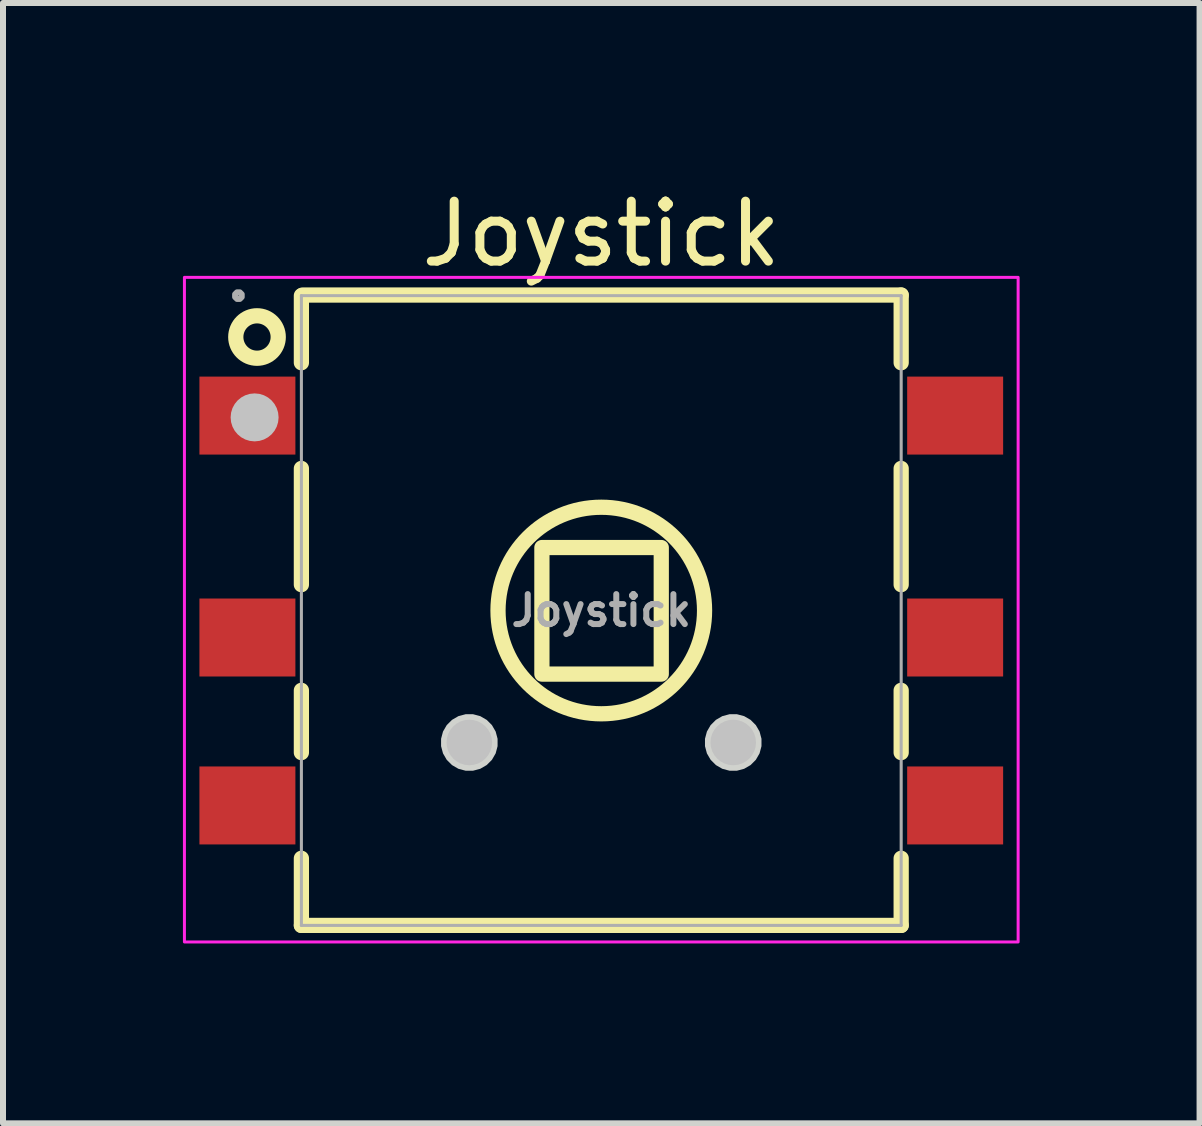
<source format=kicad_pcb>
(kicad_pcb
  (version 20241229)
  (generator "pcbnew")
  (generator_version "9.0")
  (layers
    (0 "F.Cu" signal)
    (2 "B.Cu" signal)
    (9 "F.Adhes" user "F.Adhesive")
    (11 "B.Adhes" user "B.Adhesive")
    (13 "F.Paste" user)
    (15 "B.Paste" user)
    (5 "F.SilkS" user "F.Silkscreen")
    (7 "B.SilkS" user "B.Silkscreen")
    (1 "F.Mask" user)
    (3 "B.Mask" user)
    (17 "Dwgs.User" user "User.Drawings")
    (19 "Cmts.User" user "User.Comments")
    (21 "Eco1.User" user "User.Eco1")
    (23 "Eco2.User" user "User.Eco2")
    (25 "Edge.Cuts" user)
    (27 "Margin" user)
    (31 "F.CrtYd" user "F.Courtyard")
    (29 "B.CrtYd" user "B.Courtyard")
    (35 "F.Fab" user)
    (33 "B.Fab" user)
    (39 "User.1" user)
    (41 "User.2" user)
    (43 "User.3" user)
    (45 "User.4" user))
  (footprint "Joystick"
    (layer "F.Cu")
    (at 6.975 7.129)
    (property "Reference" "Joystick" (at 0 -6.28 0) (layer "F.SilkS") (effects (font (size 1 1) (thickness 0.15))))
    (fp_line (start -5 -5.25) (end -5 -4.131) (stroke (width 0.254) (type default)) (layer "F.SilkS"))
    (fp_line (start -5 -2.369) (end -5 -0.431) (stroke (width 0.254) (type default)) (layer "F.SilkS"))
    (fp_line (start -5 1.331) (end -5 2.369) (stroke (width 0.254) (type default)) (layer "F.SilkS"))
    (fp_line (start -5 4.131) (end -5 5.25) (stroke (width 0.254) (type default)) (layer "F.SilkS"))
    (fp_line (start -5 5.25) (end 5 5.25) (stroke (width 0.254) (type default)) (layer "F.SilkS"))
    (fp_line (start 5 -5.26) (end -4.98 -5.26) (stroke (width 0.254) (type default)) (layer "F.SilkS"))
    (fp_line (start 5 -4.131) (end 5 -5.26) (stroke (width 0.254) (type default)) (layer "F.SilkS"))
    (fp_line (start 5 -0.431) (end 5 -2.369) (stroke (width 0.254) (type default)) (layer "F.SilkS"))
    (fp_line (start 5 2.369) (end 5 1.331) (stroke (width 0.254) (type default)) (layer "F.SilkS"))
    (fp_line (start 5 5.25) (end 5 4.131) (stroke (width 0.254) (type default)) (layer "F.SilkS"))
    (fp_rect (start -0.99 -1.05) (end 1 1.06) (stroke (width 0.254) (type default)) (fill no) (layer "F.SilkS"))
    (fp_circle (center -5.74 -4.56) (end -5.386 -4.56) (stroke (width 0.254) (type default)) (fill no) (layer "F.SilkS"))
    (fp_circle (center 0 0) (end 1.722 0) (stroke (width 0.254) (type default)) (fill no) (layer "F.SilkS"))
    (fp_circle (center -5.78 -3.22) (end -5.58 -3.22) (stroke (width 0.4) (type default)) (fill no) (layer "Dwgs.User"))
    (fp_circle (center -2.2 2.2) (end -2.01 2.2) (stroke (width 0.38) (type default)) (fill no) (layer "Dwgs.User"))
    (fp_circle (center 2.2 2.2) (end 2.39 2.2) (stroke (width 0.38) (type default)) (fill no) (layer "Dwgs.User"))
    (fp_poly (pts (xy -1.729 2.138) (xy -1.761 2.018) (xy -1.823 1.911) (xy -1.911 1.823) (xy -2.018 1.761) (xy -2.138 1.729) (xy -2.262 1.729) (xy -2.382 1.761) (xy -2.489 1.823) (xy -2.577 1.911) (xy -2.639 2.018) (xy -2.671 2.138) (xy -2.671 2.262) (xy -2.639 2.382) (xy -2.577 2.489) (xy -2.489 2.577) (xy -2.382 2.639) (xy -2.262 2.671) (xy -2.138 2.671) (xy -2.018 2.639) (xy -1.911 2.577) (xy -1.823 2.489) (xy -1.761 2.382) (xy -1.729 2.262)) (stroke (width 0) (type default)) (fill yes) (layer "Edge.Cuts"))
    (fp_poly (pts (xy 2.671 2.138) (xy 2.639 2.018) (xy 2.577 1.911) (xy 2.489 1.823) (xy 2.382 1.761) (xy 2.262 1.729) (xy 2.138 1.729) (xy 2.018 1.761) (xy 1.911 1.823) (xy 1.823 1.911) (xy 1.761 2.018) (xy 1.729 2.138) (xy 1.729 2.262) (xy 1.761 2.382) (xy 1.823 2.489) (xy 1.911 2.577) (xy 2.018 2.639) (xy 2.138 2.671) (xy 2.262 2.671) (xy 2.382 2.639) (xy 2.489 2.577) (xy 2.577 2.489) (xy 2.639 2.382) (xy 2.671 2.262)) (stroke (width 0) (type default)) (fill yes) (layer "Edge.Cuts"))
    (fp_rect (start -6.95 -5.555) (end 6.95 5.526) (stroke (width 0.05) (type default)) (fill no) (layer "F.CrtYd"))
    (fp_line (start -5 -5.25) (end 5 -5.25) (stroke (width 0.051) (type default)) (layer "F.Fab"))
    (fp_line (start -5 5.25) (end -5 -5.25) (stroke (width 0.051) (type default)) (layer "F.Fab"))
    (fp_line (start 5 -5.25) (end 5 5.25) (stroke (width 0.051) (type default)) (layer "F.Fab"))
    (fp_line (start 5 5.25) (end -5 5.25) (stroke (width 0.051) (type default)) (layer "F.Fab"))
    (fp_poly (pts (xy -5.995 -5.273) (xy -6.027 -5.305) (xy -6.073 -5.305) (xy -6.105 -5.273) (xy -6.105 -5.227) (xy -6.073 -5.195) (xy -6.027 -5.195) (xy -5.995 -5.227)) (stroke (width 0.1) (type default)) (fill no) (layer "F.Fab"))
    (fp_poly (pts (xy -6.05 -3.7) (xy -6.05 -2.8) (xy -4.99 -2.8) (xy -4.99 -3.7)) (stroke (width 0.1) (type default)) (fill no) (layer "User.1"))
    (fp_poly (pts (xy -6.05 -3.7) (xy -5.15 -3.7) (xy -5.15 -2.8) (xy -6.05 -2.8)) (stroke (width 0.1) (type default)) (fill no) (layer "User.1"))
    (fp_poly (pts (xy -6.05 0) (xy -6.05 0.9) (xy -4.99 0.9) (xy -4.99 0)) (stroke (width 0.1) (type default)) (fill no) (layer "User.1"))
    (fp_poly (pts (xy -6.05 0) (xy -5.15 0) (xy -5.15 0.9) (xy -6.05 0.9)) (stroke (width 0.1) (type default)) (fill no) (layer "User.1"))
    (fp_poly (pts (xy -6.05 2.8) (xy -6.05 3.7) (xy -4.99 3.7) (xy -4.99 2.8)) (stroke (width 0.1) (type default)) (fill no) (layer "User.1"))
    (fp_poly (pts (xy -6.05 2.8) (xy -5.15 2.8) (xy -5.15 3.7) (xy -6.05 3.7)) (stroke (width 0.1) (type default)) (fill no) (layer "User.1"))
    (fp_poly (pts (xy 5.15 -3.7) (xy 6.05 -3.7) (xy 6.05 -2.8) (xy 5.15 -2.8)) (stroke (width 0.1) (type default)) (fill no) (layer "User.1"))
    (fp_poly (pts (xy 5.15 0) (xy 6.05 0) (xy 6.05 0.9) (xy 5.15 0.9)) (stroke (width 0.1) (type default)) (fill no) (layer "User.1"))
    (fp_poly (pts (xy 5.15 2.8) (xy 6.05 2.8) (xy 6.05 3.7) (xy 5.15 3.7)) (stroke (width 0.1) (type default)) (fill no) (layer "User.1"))
    (fp_poly (pts (xy 6.05 -3.7) (xy 6.05 -2.8) (xy 4.99 -2.8) (xy 4.99 -3.7)) (stroke (width 0.1) (type default)) (fill no) (layer "User.1"))
    (fp_poly (pts (xy 6.05 0) (xy 6.05 0.9) (xy 4.99 0.9) (xy 4.99 0)) (stroke (width 0.1) (type default)) (fill no) (layer "User.1"))
    (fp_poly (pts (xy 6.05 2.8) (xy 6.05 3.7) (xy 4.99 3.7) (xy 4.99 2.8)) (stroke (width 0.1) (type default)) (fill no) (layer "User.1"))
    (fp_text user "${REFERENCE}" (at 0 0 0) (layer "F.Fab") (effects (font (size 0.5 0.5) (thickness 0.1))))
    (pad "1" smd rect (at -5.9 -3.25) (size 1.6 1.3) (layers "F.Cu" "F.Mask" "F.Paste"))
    (pad "2" smd rect (at -5.9 0.45) (size 1.6 1.3) (layers "F.Cu" "F.Mask" "F.Paste"))
    (pad "3" smd rect (at -5.9 3.25) (size 1.6 1.3) (layers "F.Cu" "F.Mask" "F.Paste"))
    (pad "4" smd rect (at 5.9 3.25) (size 1.6 1.3) (layers "F.Cu" "F.Mask" "F.Paste"))
    (pad "5" smd rect (at 5.9 0.45) (size 1.6 1.3) (layers "F.Cu" "F.Mask" "F.Paste"))
    (pad "6" smd rect (at 5.9 -3.25) (size 1.6 1.3) (layers "F.Cu" "F.Mask" "F.Paste")))
  (gr_rect
    (start -3 -3)
    (end 16.95 15.679)
    (stroke (width 0.1) (type default))
    (fill no)
    (layer "Edge.Cuts")))
</source>
